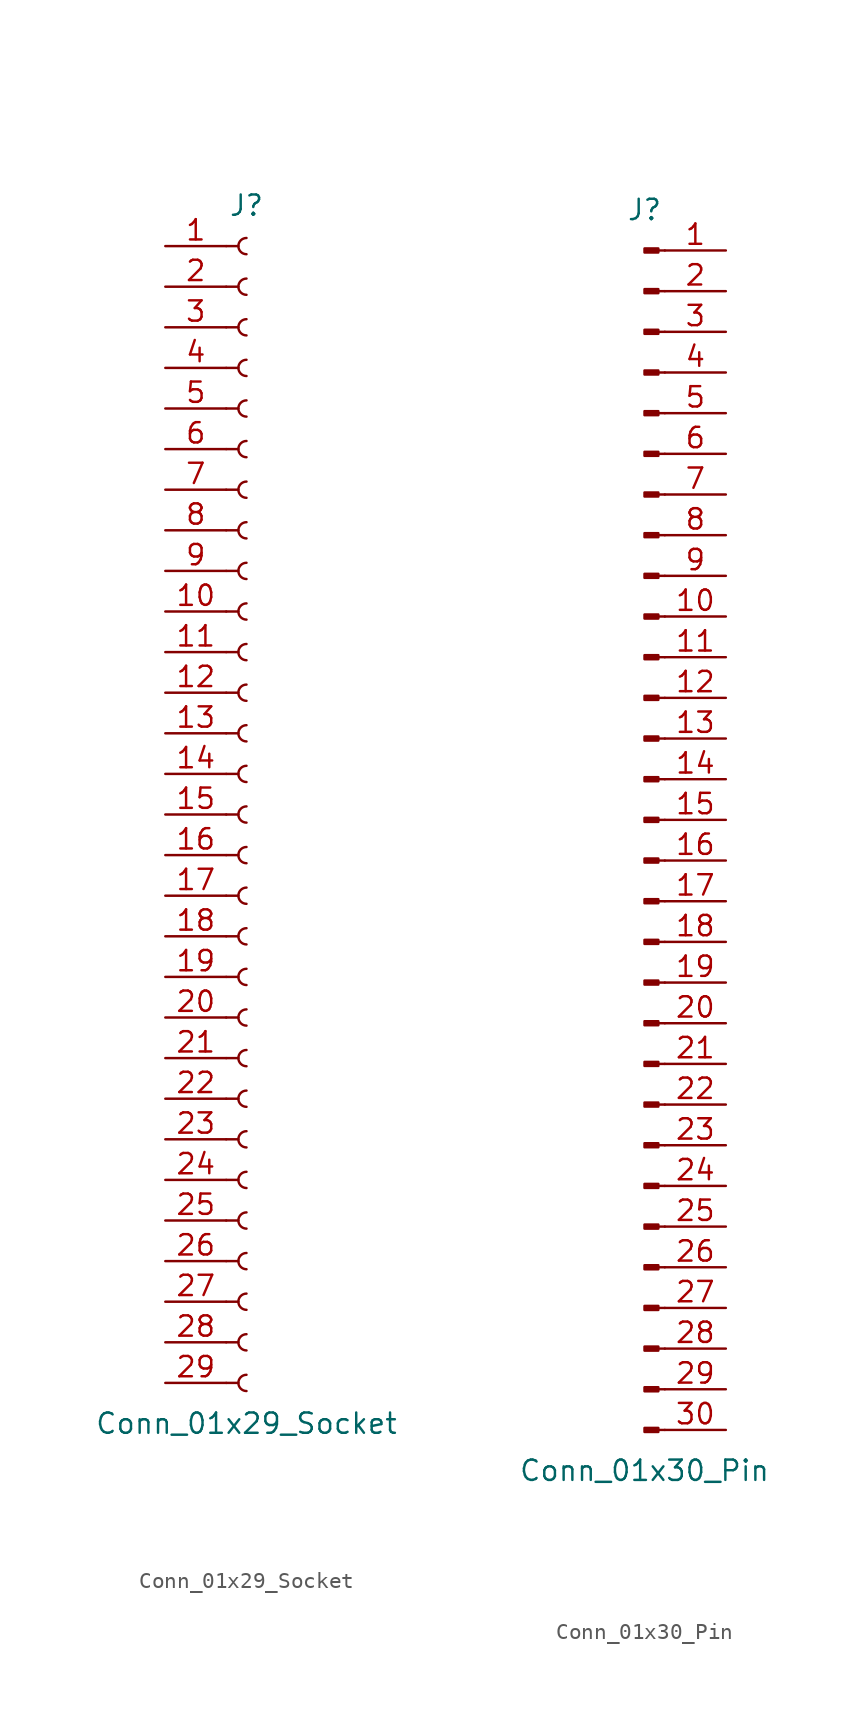
<source format=kicad_sym>
(kicad_symbol_lib
  (version 20241209)
  (generator "kicad_symbol_editor")
  (generator_version "9.0")
  (symbol "Conn_01x29_Socket"
    (pin_names
      (offset 1.016)
      (hide yes))
    (property "Reference" "J"
      (at 0 38.1 0)
      (effects (font (size 1.27 1.27))))
    (property "Value" "Conn_01x29_Socket"
      (at 0 -38.1 0)
      (effects (font (size 1.27 1.27))))
    (property "ki_locked" ""
      (at 0 0 0)
      (effects (font (size 1.27 1.27))))
    (symbol "Conn_01x29_Socket_1_1"
      (polyline (pts (xy -1.27 35.56) (xy -0.508 35.56)) (stroke (width 0.152) (type default)) (fill (type none)))
      (polyline (pts (xy -1.27 33.02) (xy -0.508 33.02)) (stroke (width 0.152) (type default)) (fill (type none)))
      (polyline (pts (xy -1.27 30.48) (xy -0.508 30.48)) (stroke (width 0.152) (type default)) (fill (type none)))
      (polyline (pts (xy -1.27 27.94) (xy -0.508 27.94)) (stroke (width 0.152) (type default)) (fill (type none)))
      (polyline (pts (xy -1.27 25.4) (xy -0.508 25.4)) (stroke (width 0.152) (type default)) (fill (type none)))
      (polyline (pts (xy -1.27 22.86) (xy -0.508 22.86)) (stroke (width 0.152) (type default)) (fill (type none)))
      (polyline (pts (xy -1.27 20.32) (xy -0.508 20.32)) (stroke (width 0.152) (type default)) (fill (type none)))
      (polyline (pts (xy -1.27 17.78) (xy -0.508 17.78)) (stroke (width 0.152) (type default)) (fill (type none)))
      (polyline (pts (xy -1.27 15.24) (xy -0.508 15.24)) (stroke (width 0.152) (type default)) (fill (type none)))
      (polyline (pts (xy -1.27 12.7) (xy -0.508 12.7)) (stroke (width 0.152) (type default)) (fill (type none)))
      (polyline (pts (xy -1.27 10.16) (xy -0.508 10.16)) (stroke (width 0.152) (type default)) (fill (type none)))
      (polyline (pts (xy -1.27 7.62) (xy -0.508 7.62)) (stroke (width 0.152) (type default)) (fill (type none)))
      (polyline (pts (xy -1.27 5.08) (xy -0.508 5.08)) (stroke (width 0.152) (type default)) (fill (type none)))
      (polyline (pts (xy -1.27 2.54) (xy -0.508 2.54)) (stroke (width 0.152) (type default)) (fill (type none)))
      (polyline (pts (xy -1.27 0) (xy -0.508 0)) (stroke (width 0.152) (type default)) (fill (type none)))
      (polyline (pts (xy -1.27 -2.54) (xy -0.508 -2.54)) (stroke (width 0.152) (type default)) (fill (type none)))
      (polyline (pts (xy -1.27 -5.08) (xy -0.508 -5.08)) (stroke (width 0.152) (type default)) (fill (type none)))
      (polyline (pts (xy -1.27 -7.62) (xy -0.508 -7.62)) (stroke (width 0.152) (type default)) (fill (type none)))
      (polyline (pts (xy -1.27 -10.16) (xy -0.508 -10.16)) (stroke (width 0.152) (type default)) (fill (type none)))
      (polyline (pts (xy -1.27 -12.7) (xy -0.508 -12.7)) (stroke (width 0.152) (type default)) (fill (type none)))
      (polyline (pts (xy -1.27 -15.24) (xy -0.508 -15.24)) (stroke (width 0.152) (type default)) (fill (type none)))
      (polyline (pts (xy -1.27 -17.78) (xy -0.508 -17.78)) (stroke (width 0.152) (type default)) (fill (type none)))
      (polyline (pts (xy -1.27 -20.32) (xy -0.508 -20.32)) (stroke (width 0.152) (type default)) (fill (type none)))
      (polyline (pts (xy -1.27 -22.86) (xy -0.508 -22.86)) (stroke (width 0.152) (type default)) (fill (type none)))
      (polyline (pts (xy -1.27 -25.4) (xy -0.508 -25.4)) (stroke (width 0.152) (type default)) (fill (type none)))
      (polyline (pts (xy -1.27 -27.94) (xy -0.508 -27.94)) (stroke (width 0.152) (type default)) (fill (type none)))
      (polyline (pts (xy -1.27 -30.48) (xy -0.508 -30.48)) (stroke (width 0.152) (type default)) (fill (type none)))
      (polyline (pts (xy -1.27 -33.02) (xy -0.508 -33.02)) (stroke (width 0.152) (type default)) (fill (type none)))
      (polyline (pts (xy -1.27 -35.56) (xy -0.508 -35.56)) (stroke (width 0.152) (type default)) (fill (type none)))
      (arc (start 0 35.052) (mid -0.5058 35.56) (end 0 36.068) (stroke (width 0.1524) (type default)) (fill (type none)))
      (arc (start 0 32.512) (mid -0.5058 33.02) (end 0 33.528) (stroke (width 0.1524) (type default)) (fill (type none)))
      (arc (start 0 29.972) (mid -0.5058 30.48) (end 0 30.988) (stroke (width 0.1524) (type default)) (fill (type none)))
      (arc (start 0 27.432) (mid -0.5058 27.94) (end 0 28.448) (stroke (width 0.1524) (type default)) (fill (type none)))
      (arc (start 0 24.892) (mid -0.5058 25.4) (end 0 25.908) (stroke (width 0.1524) (type default)) (fill (type none)))
      (arc (start 0 22.352) (mid -0.5058 22.86) (end 0 23.368) (stroke (width 0.1524) (type default)) (fill (type none)))
      (arc (start 0 19.812) (mid -0.5058 20.32) (end 0 20.828) (stroke (width 0.1524) (type default)) (fill (type none)))
      (arc (start 0 17.272) (mid -0.5058 17.78) (end 0 18.288) (stroke (width 0.1524) (type default)) (fill (type none)))
      (arc (start 0 14.732) (mid -0.5058 15.24) (end 0 15.748) (stroke (width 0.1524) (type default)) (fill (type none)))
      (arc (start 0 12.192) (mid -0.5058 12.7) (end 0 13.208) (stroke (width 0.1524) (type default)) (fill (type none)))
      (arc (start 0 9.652) (mid -0.5058 10.16) (end 0 10.668) (stroke (width 0.1524) (type default)) (fill (type none)))
      (arc (start 0 7.112) (mid -0.5058 7.62) (end 0 8.128) (stroke (width 0.1524) (type default)) (fill (type none)))
      (arc (start 0 4.572) (mid -0.5058 5.08) (end 0 5.588) (stroke (width 0.1524) (type default)) (fill (type none)))
      (arc (start 0 2.032) (mid -0.5058 2.54) (end 0 3.048) (stroke (width 0.1524) (type default)) (fill (type none)))
      (arc (start 0 -0.508) (mid -0.5058 0) (end 0 0.508) (stroke (width 0.1524) (type default)) (fill (type none)))
      (arc (start 0 -3.048) (mid -0.5058 -2.54) (end 0 -2.032) (stroke (width 0.1524) (type default)) (fill (type none)))
      (arc (start 0 -5.588) (mid -0.5058 -5.08) (end 0 -4.572) (stroke (width 0.1524) (type default)) (fill (type none)))
      (arc (start 0 -8.128) (mid -0.5058 -7.62) (end 0 -7.112) (stroke (width 0.1524) (type default)) (fill (type none)))
      (arc (start 0 -10.668) (mid -0.5058 -10.16) (end 0 -9.652) (stroke (width 0.1524) (type default)) (fill (type none)))
      (arc (start 0 -13.208) (mid -0.5058 -12.7) (end 0 -12.192) (stroke (width 0.1524) (type default)) (fill (type none)))
      (arc (start 0 -15.748) (mid -0.5058 -15.24) (end 0 -14.732) (stroke (width 0.1524) (type default)) (fill (type none)))
      (arc (start 0 -18.288) (mid -0.5058 -17.78) (end 0 -17.272) (stroke (width 0.1524) (type default)) (fill (type none)))
      (arc (start 0 -20.828) (mid -0.5058 -20.32) (end 0 -19.812) (stroke (width 0.1524) (type default)) (fill (type none)))
      (arc (start 0 -23.368) (mid -0.5058 -22.86) (end 0 -22.352) (stroke (width 0.1524) (type default)) (fill (type none)))
      (arc (start 0 -25.908) (mid -0.5058 -25.4) (end 0 -24.892) (stroke (width 0.1524) (type default)) (fill (type none)))
      (arc (start 0 -28.448) (mid -0.5058 -27.94) (end 0 -27.432) (stroke (width 0.1524) (type default)) (fill (type none)))
      (arc (start 0 -30.988) (mid -0.5058 -30.48) (end 0 -29.972) (stroke (width 0.1524) (type default)) (fill (type none)))
      (arc (start 0 -33.528) (mid -0.5058 -33.02) (end 0 -32.512) (stroke (width 0.1524) (type default)) (fill (type none)))
      (arc (start 0 -36.068) (mid -0.5058 -35.56) (end 0 -35.052) (stroke (width 0.1524) (type default)) (fill (type none)))
      (pin passive line (at -5.08 35.56 0) (length 3.81) (name "Pin_1" (effects (font (size 1.27 1.27)))) (number "1" (effects (font (size 1.27 1.27)))))
      (pin passive line (at -5.08 33.02 0) (length 3.81) (name "Pin_2" (effects (font (size 1.27 1.27)))) (number "2" (effects (font (size 1.27 1.27)))))
      (pin passive line (at -5.08 30.48 0) (length 3.81) (name "Pin_3" (effects (font (size 1.27 1.27)))) (number "3" (effects (font (size 1.27 1.27)))))
      (pin passive line (at -5.08 27.94 0) (length 3.81) (name "Pin_4" (effects (font (size 1.27 1.27)))) (number "4" (effects (font (size 1.27 1.27)))))
      (pin passive line (at -5.08 25.4 0) (length 3.81) (name "Pin_5" (effects (font (size 1.27 1.27)))) (number "5" (effects (font (size 1.27 1.27)))))
      (pin passive line (at -5.08 22.86 0) (length 3.81) (name "Pin_6" (effects (font (size 1.27 1.27)))) (number "6" (effects (font (size 1.27 1.27)))))
      (pin passive line (at -5.08 20.32 0) (length 3.81) (name "Pin_7" (effects (font (size 1.27 1.27)))) (number "7" (effects (font (size 1.27 1.27)))))
      (pin passive line (at -5.08 17.78 0) (length 3.81) (name "Pin_8" (effects (font (size 1.27 1.27)))) (number "8" (effects (font (size 1.27 1.27)))))
      (pin passive line (at -5.08 15.24 0) (length 3.81) (name "Pin_9" (effects (font (size 1.27 1.27)))) (number "9" (effects (font (size 1.27 1.27)))))
      (pin passive line (at -5.08 12.7 0) (length 3.81) (name "Pin_10" (effects (font (size 1.27 1.27)))) (number "10" (effects (font (size 1.27 1.27)))))
      (pin passive line (at -5.08 10.16 0) (length 3.81) (name "Pin_11" (effects (font (size 1.27 1.27)))) (number "11" (effects (font (size 1.27 1.27)))))
      (pin passive line (at -5.08 7.62 0) (length 3.81) (name "Pin_12" (effects (font (size 1.27 1.27)))) (number "12" (effects (font (size 1.27 1.27)))))
      (pin passive line (at -5.08 5.08 0) (length 3.81) (name "Pin_13" (effects (font (size 1.27 1.27)))) (number "13" (effects (font (size 1.27 1.27)))))
      (pin passive line (at -5.08 2.54 0) (length 3.81) (name "Pin_14" (effects (font (size 1.27 1.27)))) (number "14" (effects (font (size 1.27 1.27)))))
      (pin passive line (at -5.08 0 0) (length 3.81) (name "Pin_15" (effects (font (size 1.27 1.27)))) (number "15" (effects (font (size 1.27 1.27)))))
      (pin passive line (at -5.08 -2.54 0) (length 3.81) (name "Pin_16" (effects (font (size 1.27 1.27)))) (number "16" (effects (font (size 1.27 1.27)))))
      (pin passive line (at -5.08 -5.08 0) (length 3.81) (name "Pin_17" (effects (font (size 1.27 1.27)))) (number "17" (effects (font (size 1.27 1.27)))))
      (pin passive line (at -5.08 -7.62 0) (length 3.81) (name "Pin_18" (effects (font (size 1.27 1.27)))) (number "18" (effects (font (size 1.27 1.27)))))
      (pin passive line (at -5.08 -10.16 0) (length 3.81) (name "Pin_19" (effects (font (size 1.27 1.27)))) (number "19" (effects (font (size 1.27 1.27)))))
      (pin passive line (at -5.08 -12.7 0) (length 3.81) (name "Pin_20" (effects (font (size 1.27 1.27)))) (number "20" (effects (font (size 1.27 1.27)))))
      (pin passive line (at -5.08 -15.24 0) (length 3.81) (name "Pin_21" (effects (font (size 1.27 1.27)))) (number "21" (effects (font (size 1.27 1.27)))))
      (pin passive line (at -5.08 -17.78 0) (length 3.81) (name "Pin_22" (effects (font (size 1.27 1.27)))) (number "22" (effects (font (size 1.27 1.27)))))
      (pin passive line (at -5.08 -20.32 0) (length 3.81) (name "Pin_23" (effects (font (size 1.27 1.27)))) (number "23" (effects (font (size 1.27 1.27)))))
      (pin passive line (at -5.08 -22.86 0) (length 3.81) (name "Pin_24" (effects (font (size 1.27 1.27)))) (number "24" (effects (font (size 1.27 1.27)))))
      (pin passive line (at -5.08 -25.4 0) (length 3.81) (name "Pin_25" (effects (font (size 1.27 1.27)))) (number "25" (effects (font (size 1.27 1.27)))))
      (pin passive line (at -5.08 -27.94 0) (length 3.81) (name "Pin_26" (effects (font (size 1.27 1.27)))) (number "26" (effects (font (size 1.27 1.27)))))
      (pin passive line (at -5.08 -30.48 0) (length 3.81) (name "Pin_27" (effects (font (size 1.27 1.27)))) (number "27" (effects (font (size 1.27 1.27)))))
      (pin passive line (at -5.08 -33.02 0) (length 3.81) (name "Pin_28" (effects (font (size 1.27 1.27)))) (number "28" (effects (font (size 1.27 1.27)))))
      (pin passive line (at -5.08 -35.56 0) (length 3.81) (name "Pin_29" (effects (font (size 1.27 1.27)))) (number "29" (effects (font (size 1.27 1.27)))))))
  (symbol "Conn_01x30_Pin"
    (pin_names
      (offset 1.016)
      (hide yes))
    (property "Reference" "J"
      (at 0 38.1 0)
      (effects (font (size 1.27 1.27))))
    (property "Value" "Conn_01x30_Pin"
      (at 0 -40.64 0)
      (effects (font (size 1.27 1.27))))
    (property "ki_locked" ""
      (at 0 0 0)
      (effects (font (size 1.27 1.27))))
    (symbol "Conn_01x30_Pin_1_1"
      (rectangle (start 0.864 35.687) (end 0 35.433) (stroke (width 0.152) (type default)) (fill (type outline)))
      (rectangle (start 0.864 33.147) (end 0 32.893) (stroke (width 0.152) (type default)) (fill (type outline)))
      (rectangle (start 0.864 30.607) (end 0 30.353) (stroke (width 0.152) (type default)) (fill (type outline)))
      (rectangle (start 0.864 28.067) (end 0 27.813) (stroke (width 0.152) (type default)) (fill (type outline)))
      (rectangle (start 0.864 25.527) (end 0 25.273) (stroke (width 0.152) (type default)) (fill (type outline)))
      (rectangle (start 0.864 22.987) (end 0 22.733) (stroke (width 0.152) (type default)) (fill (type outline)))
      (rectangle (start 0.864 20.447) (end 0 20.193) (stroke (width 0.152) (type default)) (fill (type outline)))
      (rectangle (start 0.864 17.907) (end 0 17.653) (stroke (width 0.152) (type default)) (fill (type outline)))
      (rectangle (start 0.864 15.367) (end 0 15.113) (stroke (width 0.152) (type default)) (fill (type outline)))
      (rectangle (start 0.864 12.827) (end 0 12.573) (stroke (width 0.152) (type default)) (fill (type outline)))
      (rectangle (start 0.864 10.287) (end 0 10.033) (stroke (width 0.152) (type default)) (fill (type outline)))
      (rectangle (start 0.864 7.747) (end 0 7.493) (stroke (width 0.152) (type default)) (fill (type outline)))
      (rectangle (start 0.864 5.207) (end 0 4.953) (stroke (width 0.152) (type default)) (fill (type outline)))
      (rectangle (start 0.864 2.667) (end 0 2.413) (stroke (width 0.152) (type default)) (fill (type outline)))
      (rectangle (start 0.864 0.127) (end 0 -0.127) (stroke (width 0.152) (type default)) (fill (type outline)))
      (rectangle (start 0.864 -2.413) (end 0 -2.667) (stroke (width 0.152) (type default)) (fill (type outline)))
      (rectangle (start 0.864 -4.953) (end 0 -5.207) (stroke (width 0.152) (type default)) (fill (type outline)))
      (rectangle (start 0.864 -7.493) (end 0 -7.747) (stroke (width 0.152) (type default)) (fill (type outline)))
      (rectangle (start 0.864 -10.033) (end 0 -10.287) (stroke (width 0.152) (type default)) (fill (type outline)))
      (rectangle (start 0.864 -12.573) (end 0 -12.827) (stroke (width 0.152) (type default)) (fill (type outline)))
      (rectangle (start 0.864 -15.113) (end 0 -15.367) (stroke (width 0.152) (type default)) (fill (type outline)))
      (rectangle (start 0.864 -17.653) (end 0 -17.907) (stroke (width 0.152) (type default)) (fill (type outline)))
      (rectangle (start 0.864 -20.193) (end 0 -20.447) (stroke (width 0.152) (type default)) (fill (type outline)))
      (rectangle (start 0.864 -22.733) (end 0 -22.987) (stroke (width 0.152) (type default)) (fill (type outline)))
      (rectangle (start 0.864 -25.273) (end 0 -25.527) (stroke (width 0.152) (type default)) (fill (type outline)))
      (rectangle (start 0.864 -27.813) (end 0 -28.067) (stroke (width 0.152) (type default)) (fill (type outline)))
      (rectangle (start 0.864 -30.353) (end 0 -30.607) (stroke (width 0.152) (type default)) (fill (type outline)))
      (rectangle (start 0.864 -32.893) (end 0 -33.147) (stroke (width 0.152) (type default)) (fill (type outline)))
      (rectangle (start 0.864 -35.433) (end 0 -35.687) (stroke (width 0.152) (type default)) (fill (type outline)))
      (rectangle (start 0.864 -37.973) (end 0 -38.227) (stroke (width 0.152) (type default)) (fill (type outline)))
      (polyline (pts (xy 1.27 35.56) (xy 0.864 35.56)) (stroke (width 0.152) (type default)) (fill (type none)))
      (polyline (pts (xy 1.27 33.02) (xy 0.864 33.02)) (stroke (width 0.152) (type default)) (fill (type none)))
      (polyline (pts (xy 1.27 30.48) (xy 0.864 30.48)) (stroke (width 0.152) (type default)) (fill (type none)))
      (polyline (pts (xy 1.27 27.94) (xy 0.864 27.94)) (stroke (width 0.152) (type default)) (fill (type none)))
      (polyline (pts (xy 1.27 25.4) (xy 0.864 25.4)) (stroke (width 0.152) (type default)) (fill (type none)))
      (polyline (pts (xy 1.27 22.86) (xy 0.864 22.86)) (stroke (width 0.152) (type default)) (fill (type none)))
      (polyline (pts (xy 1.27 20.32) (xy 0.864 20.32)) (stroke (width 0.152) (type default)) (fill (type none)))
      (polyline (pts (xy 1.27 17.78) (xy 0.864 17.78)) (stroke (width 0.152) (type default)) (fill (type none)))
      (polyline (pts (xy 1.27 15.24) (xy 0.864 15.24)) (stroke (width 0.152) (type default)) (fill (type none)))
      (polyline (pts (xy 1.27 12.7) (xy 0.864 12.7)) (stroke (width 0.152) (type default)) (fill (type none)))
      (polyline (pts (xy 1.27 10.16) (xy 0.864 10.16)) (stroke (width 0.152) (type default)) (fill (type none)))
      (polyline (pts (xy 1.27 7.62) (xy 0.864 7.62)) (stroke (width 0.152) (type default)) (fill (type none)))
      (polyline (pts (xy 1.27 5.08) (xy 0.864 5.08)) (stroke (width 0.152) (type default)) (fill (type none)))
      (polyline (pts (xy 1.27 2.54) (xy 0.864 2.54)) (stroke (width 0.152) (type default)) (fill (type none)))
      (polyline (pts (xy 1.27 0) (xy 0.864 0)) (stroke (width 0.152) (type default)) (fill (type none)))
      (polyline (pts (xy 1.27 -2.54) (xy 0.864 -2.54)) (stroke (width 0.152) (type default)) (fill (type none)))
      (polyline (pts (xy 1.27 -5.08) (xy 0.864 -5.08)) (stroke (width 0.152) (type default)) (fill (type none)))
      (polyline (pts (xy 1.27 -7.62) (xy 0.864 -7.62)) (stroke (width 0.152) (type default)) (fill (type none)))
      (polyline (pts (xy 1.27 -10.16) (xy 0.864 -10.16)) (stroke (width 0.152) (type default)) (fill (type none)))
      (polyline (pts (xy 1.27 -12.7) (xy 0.864 -12.7)) (stroke (width 0.152) (type default)) (fill (type none)))
      (polyline (pts (xy 1.27 -15.24) (xy 0.864 -15.24)) (stroke (width 0.152) (type default)) (fill (type none)))
      (polyline (pts (xy 1.27 -17.78) (xy 0.864 -17.78)) (stroke (width 0.152) (type default)) (fill (type none)))
      (polyline (pts (xy 1.27 -20.32) (xy 0.864 -20.32)) (stroke (width 0.152) (type default)) (fill (type none)))
      (polyline (pts (xy 1.27 -22.86) (xy 0.864 -22.86)) (stroke (width 0.152) (type default)) (fill (type none)))
      (polyline (pts (xy 1.27 -25.4) (xy 0.864 -25.4)) (stroke (width 0.152) (type default)) (fill (type none)))
      (polyline (pts (xy 1.27 -27.94) (xy 0.864 -27.94)) (stroke (width 0.152) (type default)) (fill (type none)))
      (polyline (pts (xy 1.27 -30.48) (xy 0.864 -30.48)) (stroke (width 0.152) (type default)) (fill (type none)))
      (polyline (pts (xy 1.27 -33.02) (xy 0.864 -33.02)) (stroke (width 0.152) (type default)) (fill (type none)))
      (polyline (pts (xy 1.27 -35.56) (xy 0.864 -35.56)) (stroke (width 0.152) (type default)) (fill (type none)))
      (polyline (pts (xy 1.27 -38.1) (xy 0.864 -38.1)) (stroke (width 0.152) (type default)) (fill (type none)))
      (pin passive line (at 5.08 35.56 180) (length 3.81) (name "Pin_1" (effects (font (size 1.27 1.27)))) (number "1" (effects (font (size 1.27 1.27)))))
      (pin passive line (at 5.08 33.02 180) (length 3.81) (name "Pin_2" (effects (font (size 1.27 1.27)))) (number "2" (effects (font (size 1.27 1.27)))))
      (pin passive line (at 5.08 30.48 180) (length 3.81) (name "Pin_3" (effects (font (size 1.27 1.27)))) (number "3" (effects (font (size 1.27 1.27)))))
      (pin passive line (at 5.08 27.94 180) (length 3.81) (name "Pin_4" (effects (font (size 1.27 1.27)))) (number "4" (effects (font (size 1.27 1.27)))))
      (pin passive line (at 5.08 25.4 180) (length 3.81) (name "Pin_5" (effects (font (size 1.27 1.27)))) (number "5" (effects (font (size 1.27 1.27)))))
      (pin passive line (at 5.08 22.86 180) (length 3.81) (name "Pin_6" (effects (font (size 1.27 1.27)))) (number "6" (effects (font (size 1.27 1.27)))))
      (pin passive line (at 5.08 20.32 180) (length 3.81) (name "Pin_7" (effects (font (size 1.27 1.27)))) (number "7" (effects (font (size 1.27 1.27)))))
      (pin passive line (at 5.08 17.78 180) (length 3.81) (name "Pin_8" (effects (font (size 1.27 1.27)))) (number "8" (effects (font (size 1.27 1.27)))))
      (pin passive line (at 5.08 15.24 180) (length 3.81) (name "Pin_9" (effects (font (size 1.27 1.27)))) (number "9" (effects (font (size 1.27 1.27)))))
      (pin passive line (at 5.08 12.7 180) (length 3.81) (name "Pin_10" (effects (font (size 1.27 1.27)))) (number "10" (effects (font (size 1.27 1.27)))))
      (pin passive line (at 5.08 10.16 180) (length 3.81) (name "Pin_11" (effects (font (size 1.27 1.27)))) (number "11" (effects (font (size 1.27 1.27)))))
      (pin passive line (at 5.08 7.62 180) (length 3.81) (name "Pin_12" (effects (font (size 1.27 1.27)))) (number "12" (effects (font (size 1.27 1.27)))))
      (pin passive line (at 5.08 5.08 180) (length 3.81) (name "Pin_13" (effects (font (size 1.27 1.27)))) (number "13" (effects (font (size 1.27 1.27)))))
      (pin passive line (at 5.08 2.54 180) (length 3.81) (name "Pin_14" (effects (font (size 1.27 1.27)))) (number "14" (effects (font (size 1.27 1.27)))))
      (pin passive line (at 5.08 0 180) (length 3.81) (name "Pin_15" (effects (font (size 1.27 1.27)))) (number "15" (effects (font (size 1.27 1.27)))))
      (pin passive line (at 5.08 -2.54 180) (length 3.81) (name "Pin_16" (effects (font (size 1.27 1.27)))) (number "16" (effects (font (size 1.27 1.27)))))
      (pin passive line (at 5.08 -5.08 180) (length 3.81) (name "Pin_17" (effects (font (size 1.27 1.27)))) (number "17" (effects (font (size 1.27 1.27)))))
      (pin passive line (at 5.08 -7.62 180) (length 3.81) (name "Pin_18" (effects (font (size 1.27 1.27)))) (number "18" (effects (font (size 1.27 1.27)))))
      (pin passive line (at 5.08 -10.16 180) (length 3.81) (name "Pin_19" (effects (font (size 1.27 1.27)))) (number "19" (effects (font (size 1.27 1.27)))))
      (pin passive line (at 5.08 -12.7 180) (length 3.81) (name "Pin_20" (effects (font (size 1.27 1.27)))) (number "20" (effects (font (size 1.27 1.27)))))
      (pin passive line (at 5.08 -15.24 180) (length 3.81) (name "Pin_21" (effects (font (size 1.27 1.27)))) (number "21" (effects (font (size 1.27 1.27)))))
      (pin passive line (at 5.08 -17.78 180) (length 3.81) (name "Pin_22" (effects (font (size 1.27 1.27)))) (number "22" (effects (font (size 1.27 1.27)))))
      (pin passive line (at 5.08 -20.32 180) (length 3.81) (name "Pin_23" (effects (font (size 1.27 1.27)))) (number "23" (effects (font (size 1.27 1.27)))))
      (pin passive line (at 5.08 -22.86 180) (length 3.81) (name "Pin_24" (effects (font (size 1.27 1.27)))) (number "24" (effects (font (size 1.27 1.27)))))
      (pin passive line (at 5.08 -25.4 180) (length 3.81) (name "Pin_25" (effects (font (size 1.27 1.27)))) (number "25" (effects (font (size 1.27 1.27)))))
      (pin passive line (at 5.08 -27.94 180) (length 3.81) (name "Pin_26" (effects (font (size 1.27 1.27)))) (number "26" (effects (font (size 1.27 1.27)))))
      (pin passive line (at 5.08 -30.48 180) (length 3.81) (name "Pin_27" (effects (font (size 1.27 1.27)))) (number "27" (effects (font (size 1.27 1.27)))))
      (pin passive line (at 5.08 -33.02 180) (length 3.81) (name "Pin_28" (effects (font (size 1.27 1.27)))) (number "28" (effects (font (size 1.27 1.27)))))
      (pin passive line (at 5.08 -35.56 180) (length 3.81) (name "Pin_29" (effects (font (size 1.27 1.27)))) (number "29" (effects (font (size 1.27 1.27)))))
      (pin passive line (at 5.08 -38.1 180) (length 3.81) (name "Pin_30" (effects (font (size 1.27 1.27)))) (number "30" (effects (font (size 1.27 1.27))))))))
</source>
